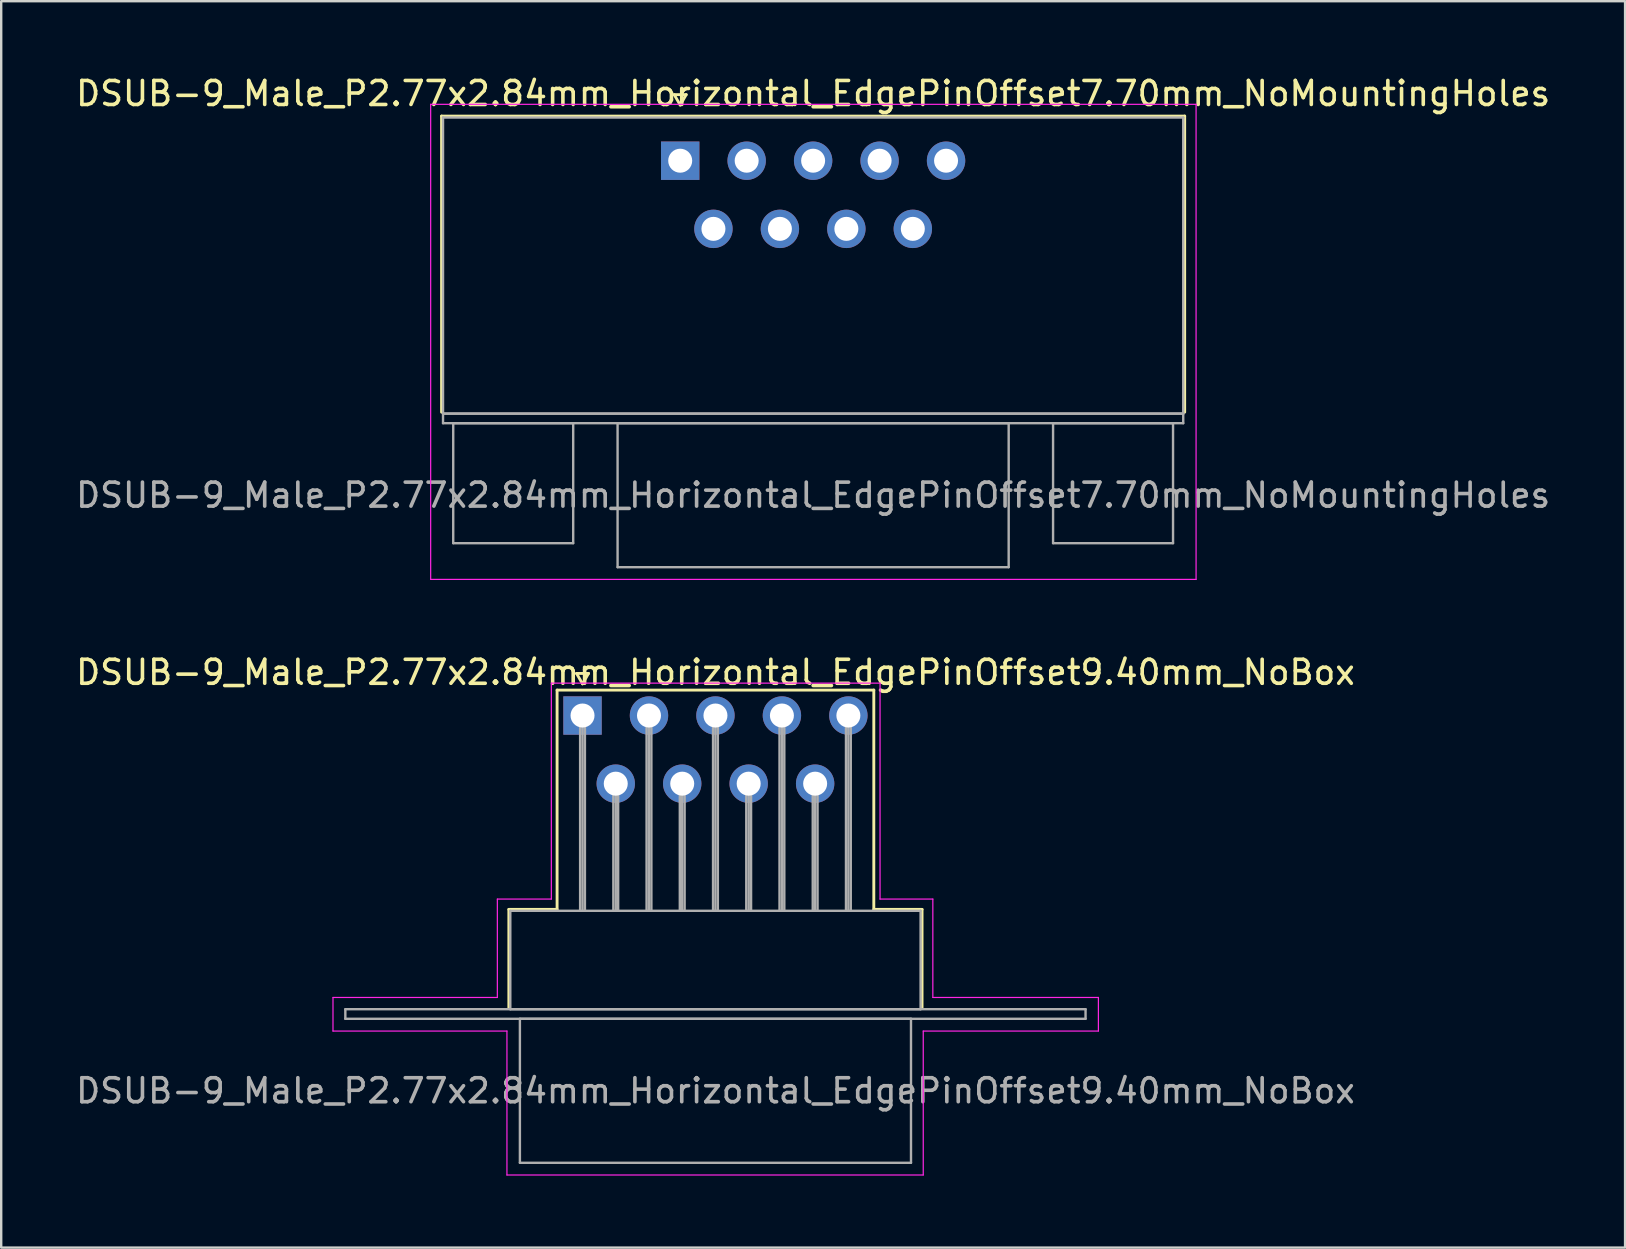
<source format=kicad_pcb>
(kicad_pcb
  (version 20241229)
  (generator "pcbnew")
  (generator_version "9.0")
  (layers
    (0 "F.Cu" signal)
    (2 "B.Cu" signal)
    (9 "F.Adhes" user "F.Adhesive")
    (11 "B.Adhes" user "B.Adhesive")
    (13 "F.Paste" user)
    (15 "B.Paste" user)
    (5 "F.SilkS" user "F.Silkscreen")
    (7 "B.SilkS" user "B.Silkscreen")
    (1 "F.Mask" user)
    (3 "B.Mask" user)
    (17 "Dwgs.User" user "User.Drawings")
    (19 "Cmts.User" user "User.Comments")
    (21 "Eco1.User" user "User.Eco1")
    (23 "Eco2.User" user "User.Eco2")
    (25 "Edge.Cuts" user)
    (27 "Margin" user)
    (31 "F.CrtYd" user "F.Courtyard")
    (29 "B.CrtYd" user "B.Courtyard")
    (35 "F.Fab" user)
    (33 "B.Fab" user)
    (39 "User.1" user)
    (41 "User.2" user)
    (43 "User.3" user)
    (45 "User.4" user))
  (footprint "DSUB-9_Male_P2.77x2.84mm_Horizontal_EdgePinOffset7.70mm_NoMountingHoles"
    (layer "F.Cu")
    (at 25.299 3.648)
    (property "Reference" "DSUB-9_Male_P2.77x2.84mm_Horizontal_EdgePinOffset7.70mm_NoMountingHoles" (at 5.54 -2.8 0) (layer "F.SilkS") (effects (font (size 1 1) (thickness 0.15))))
    (attr through_hole)
    (fp_line (start -9.945 -1.86) (end 21.025 -1.86) (stroke (width 0.12) (type solid)) (layer "F.SilkS"))
    (fp_line (start -9.945 10.48) (end -9.945 -1.86) (stroke (width 0.12) (type solid)) (layer "F.SilkS"))
    (fp_line (start -0.25 -2.754) (end 0.25 -2.754) (stroke (width 0.12) (type solid)) (layer "F.SilkS"))
    (fp_line (start 0 -2.321) (end -0.25 -2.754) (stroke (width 0.12) (type solid)) (layer "F.SilkS"))
    (fp_line (start 0.25 -2.754) (end 0 -2.321) (stroke (width 0.12) (type solid)) (layer "F.SilkS"))
    (fp_line (start 21.025 -1.86) (end 21.025 10.48) (stroke (width 0.12) (type solid)) (layer "F.SilkS"))
    (fp_line (start -10.4 -2.35) (end -10.4 17.45) (stroke (width 0.05) (type solid)) (layer "F.CrtYd"))
    (fp_line (start -10.4 17.45) (end 21.5 17.45) (stroke (width 0.05) (type solid)) (layer "F.CrtYd"))
    (fp_line (start 21.5 -2.35) (end -10.4 -2.35) (stroke (width 0.05) (type solid)) (layer "F.CrtYd"))
    (fp_line (start 21.5 17.45) (end 21.5 -2.35) (stroke (width 0.05) (type solid)) (layer "F.CrtYd"))
    (fp_line (start -9.885 -1.8) (end -9.885 10.54) (stroke (width 0.1) (type solid)) (layer "F.Fab"))
    (fp_line (start -9.885 10.54) (end -9.885 10.94) (stroke (width 0.1) (type solid)) (layer "F.Fab"))
    (fp_line (start -9.885 10.54) (end 20.965 10.54) (stroke (width 0.1) (type solid)) (layer "F.Fab"))
    (fp_line (start -9.885 10.94) (end 20.965 10.94) (stroke (width 0.1) (type solid)) (layer "F.Fab"))
    (fp_line (start -9.46 10.94) (end -9.46 15.94) (stroke (width 0.1) (type solid)) (layer "F.Fab"))
    (fp_line (start -9.46 15.94) (end -4.46 15.94) (stroke (width 0.1) (type solid)) (layer "F.Fab"))
    (fp_line (start -4.46 10.94) (end -9.46 10.94) (stroke (width 0.1) (type solid)) (layer "F.Fab"))
    (fp_line (start -4.46 15.94) (end -4.46 10.94) (stroke (width 0.1) (type solid)) (layer "F.Fab"))
    (fp_line (start -2.61 10.94) (end -2.61 16.94) (stroke (width 0.1) (type solid)) (layer "F.Fab"))
    (fp_line (start -2.61 16.94) (end 13.69 16.94) (stroke (width 0.1) (type solid)) (layer "F.Fab"))
    (fp_line (start 13.69 10.94) (end -2.61 10.94) (stroke (width 0.1) (type solid)) (layer "F.Fab"))
    (fp_line (start 13.69 16.94) (end 13.69 10.94) (stroke (width 0.1) (type solid)) (layer "F.Fab"))
    (fp_line (start 15.54 10.94) (end 15.54 15.94) (stroke (width 0.1) (type solid)) (layer "F.Fab"))
    (fp_line (start 15.54 15.94) (end 20.54 15.94) (stroke (width 0.1) (type solid)) (layer "F.Fab"))
    (fp_line (start 20.54 10.94) (end 15.54 10.94) (stroke (width 0.1) (type solid)) (layer "F.Fab"))
    (fp_line (start 20.54 15.94) (end 20.54 10.94) (stroke (width 0.1) (type solid)) (layer "F.Fab"))
    (fp_line (start 20.965 -1.8) (end -9.885 -1.8) (stroke (width 0.1) (type solid)) (layer "F.Fab"))
    (fp_line (start 20.965 10.54) (end -9.885 10.54) (stroke (width 0.1) (type solid)) (layer "F.Fab"))
    (fp_line (start 20.965 10.54) (end 20.965 -1.8) (stroke (width 0.1) (type solid)) (layer "F.Fab"))
    (fp_line (start 20.965 10.94) (end 20.965 10.54) (stroke (width 0.1) (type solid)) (layer "F.Fab"))
    (fp_text user "${REFERENCE}" (at 5.54 13.94 0) (layer "F.Fab") (effects (font (size 1 1) (thickness 0.15))))
    (pad "1" thru_hole rect (at 0 0) (size 1.6 1.6) (drill 1) (layers "*.Cu" "*.Mask"))
    (pad "2" thru_hole circle (at 2.77 0) (size 1.6 1.6) (drill 1) (layers "*.Cu" "*.Mask"))
    (pad "3" thru_hole circle (at 5.54 0) (size 1.6 1.6) (drill 1) (layers "*.Cu" "*.Mask"))
    (pad "4" thru_hole circle (at 8.31 0) (size 1.6 1.6) (drill 1) (layers "*.Cu" "*.Mask"))
    (pad "5" thru_hole circle (at 11.08 0) (size 1.6 1.6) (drill 1) (layers "*.Cu" "*.Mask"))
    (pad "6" thru_hole circle (at 1.385 2.84) (size 1.6 1.6) (drill 1) (layers "*.Cu" "*.Mask"))
    (pad "7" thru_hole circle (at 4.155 2.84) (size 1.6 1.6) (drill 1) (layers "*.Cu" "*.Mask"))
    (pad "8" thru_hole circle (at 6.925 2.84) (size 1.6 1.6) (drill 1) (layers "*.Cu" "*.Mask"))
    (pad "9" thru_hole circle (at 9.695 2.84) (size 1.6 1.6) (drill 1) (layers "*.Cu" "*.Mask")))
  (footprint "DSUB-9_Male_P2.77x2.84mm_Horizontal_EdgePinOffset9.40mm_NoBox"
    (layer "F.Cu")
    (at 21.228 26.771)
    (property "Reference" "DSUB-9_Male_P2.77x2.84mm_Horizontal_EdgePinOffset9.40mm_NoBox" (at 5.54 -1.8 0) (layer "F.SilkS") (effects (font (size 1 1) (thickness 0.15))))
    (attr through_hole)
    (fp_line (start -3.07 8.08) (end -1.06 8.08) (stroke (width 0.12) (type solid)) (layer "F.SilkS"))
    (fp_line (start -3.07 12.18) (end -3.07 8.08) (stroke (width 0.12) (type solid)) (layer "F.SilkS"))
    (fp_line (start -1.06 -1.06) (end 12.14 -1.06) (stroke (width 0.12) (type solid)) (layer "F.SilkS"))
    (fp_line (start -1.06 8.08) (end -1.06 -1.06) (stroke (width 0.12) (type solid)) (layer "F.SilkS"))
    (fp_line (start -0.25 -1.754) (end 0.25 -1.754) (stroke (width 0.12) (type solid)) (layer "F.SilkS"))
    (fp_line (start 0 -1.321) (end -0.25 -1.754) (stroke (width 0.12) (type solid)) (layer "F.SilkS"))
    (fp_line (start 0.25 -1.754) (end 0 -1.321) (stroke (width 0.12) (type solid)) (layer "F.SilkS"))
    (fp_line (start 12.14 -1.06) (end 12.14 8.08) (stroke (width 0.12) (type solid)) (layer "F.SilkS"))
    (fp_line (start 12.14 8.08) (end 14.15 8.08) (stroke (width 0.12) (type solid)) (layer "F.SilkS"))
    (fp_line (start 14.15 8.08) (end 14.15 12.18) (stroke (width 0.12) (type solid)) (layer "F.SilkS"))
    (fp_line (start -10.4 11.75) (end -3.55 11.75) (stroke (width 0.05) (type solid)) (layer "F.CrtYd"))
    (fp_line (start -10.4 13.15) (end -10.4 11.75) (stroke (width 0.05) (type solid)) (layer "F.CrtYd"))
    (fp_line (start -3.55 7.65) (end -1.3 7.65) (stroke (width 0.05) (type solid)) (layer "F.CrtYd"))
    (fp_line (start -3.55 11.75) (end -3.55 7.65) (stroke (width 0.05) (type solid)) (layer "F.CrtYd"))
    (fp_line (start -3.15 13.15) (end -10.4 13.15) (stroke (width 0.05) (type solid)) (layer "F.CrtYd"))
    (fp_line (start -3.15 19.15) (end -3.15 13.15) (stroke (width 0.05) (type solid)) (layer "F.CrtYd"))
    (fp_line (start -1.3 -1.35) (end 12.4 -1.35) (stroke (width 0.05) (type solid)) (layer "F.CrtYd"))
    (fp_line (start -1.3 7.65) (end -1.3 -1.35) (stroke (width 0.05) (type solid)) (layer "F.CrtYd"))
    (fp_line (start 12.4 -1.35) (end 12.4 7.65) (stroke (width 0.05) (type solid)) (layer "F.CrtYd"))
    (fp_line (start 12.4 7.65) (end 14.6 7.65) (stroke (width 0.05) (type solid)) (layer "F.CrtYd"))
    (fp_line (start 14.2 13.15) (end 14.2 19.15) (stroke (width 0.05) (type solid)) (layer "F.CrtYd"))
    (fp_line (start 14.2 19.15) (end -3.15 19.15) (stroke (width 0.05) (type solid)) (layer "F.CrtYd"))
    (fp_line (start 14.6 7.65) (end 14.6 11.75) (stroke (width 0.05) (type solid)) (layer "F.CrtYd"))
    (fp_line (start 14.6 11.75) (end 21.5 11.75) (stroke (width 0.05) (type solid)) (layer "F.CrtYd"))
    (fp_line (start 21.5 11.75) (end 21.5 13.15) (stroke (width 0.05) (type solid)) (layer "F.CrtYd"))
    (fp_line (start 21.5 13.15) (end 14.2 13.15) (stroke (width 0.05) (type solid)) (layer "F.CrtYd"))
    (fp_line (start -9.885 12.24) (end -9.885 12.64) (stroke (width 0.1) (type solid)) (layer "F.Fab"))
    (fp_line (start -9.885 12.64) (end 20.965 12.64) (stroke (width 0.1) (type solid)) (layer "F.Fab"))
    (fp_line (start -3.01 8.14) (end -3.01 12.24) (stroke (width 0.1) (type solid)) (layer "F.Fab"))
    (fp_line (start -3.01 12.24) (end 14.09 12.24) (stroke (width 0.1) (type solid)) (layer "F.Fab"))
    (fp_line (start -2.61 12.64) (end -2.61 18.64) (stroke (width 0.1) (type solid)) (layer "F.Fab"))
    (fp_line (start -2.61 18.64) (end 13.69 18.64) (stroke (width 0.1) (type solid)) (layer "F.Fab"))
    (fp_line (start -0.1 0) (end -0.1 8.14) (stroke (width 0.1) (type solid)) (layer "F.Fab"))
    (fp_line (start 0 0) (end 0 8.14) (stroke (width 0.1) (type solid)) (layer "F.Fab"))
    (fp_line (start 0.1 0) (end 0.1 8.14) (stroke (width 0.1) (type solid)) (layer "F.Fab"))
    (fp_line (start 1.285 2.84) (end 1.285 8.14) (stroke (width 0.1) (type solid)) (layer "F.Fab"))
    (fp_line (start 1.385 2.84) (end 1.385 8.14) (stroke (width 0.1) (type solid)) (layer "F.Fab"))
    (fp_line (start 1.485 2.84) (end 1.485 8.14) (stroke (width 0.1) (type solid)) (layer "F.Fab"))
    (fp_line (start 2.67 0) (end 2.67 8.14) (stroke (width 0.1) (type solid)) (layer "F.Fab"))
    (fp_line (start 2.77 0) (end 2.77 8.14) (stroke (width 0.1) (type solid)) (layer "F.Fab"))
    (fp_line (start 2.87 0) (end 2.87 8.14) (stroke (width 0.1) (type solid)) (layer "F.Fab"))
    (fp_line (start 4.055 2.84) (end 4.055 8.14) (stroke (width 0.1) (type solid)) (layer "F.Fab"))
    (fp_line (start 4.155 2.84) (end 4.155 8.14) (stroke (width 0.1) (type solid)) (layer "F.Fab"))
    (fp_line (start 4.255 2.84) (end 4.255 8.14) (stroke (width 0.1) (type solid)) (layer "F.Fab"))
    (fp_line (start 5.44 0) (end 5.44 8.14) (stroke (width 0.1) (type solid)) (layer "F.Fab"))
    (fp_line (start 5.54 0) (end 5.54 8.14) (stroke (width 0.1) (type solid)) (layer "F.Fab"))
    (fp_line (start 5.64 0) (end 5.64 8.14) (stroke (width 0.1) (type solid)) (layer "F.Fab"))
    (fp_line (start 6.825 2.84) (end 6.825 8.14) (stroke (width 0.1) (type solid)) (layer "F.Fab"))
    (fp_line (start 6.925 2.84) (end 6.925 8.14) (stroke (width 0.1) (type solid)) (layer "F.Fab"))
    (fp_line (start 7.025 2.84) (end 7.025 8.14) (stroke (width 0.1) (type solid)) (layer "F.Fab"))
    (fp_line (start 8.21 0) (end 8.21 8.14) (stroke (width 0.1) (type solid)) (layer "F.Fab"))
    (fp_line (start 8.31 0) (end 8.31 8.14) (stroke (width 0.1) (type solid)) (layer "F.Fab"))
    (fp_line (start 8.41 0) (end 8.41 8.14) (stroke (width 0.1) (type solid)) (layer "F.Fab"))
    (fp_line (start 9.595 2.84) (end 9.595 8.14) (stroke (width 0.1) (type solid)) (layer "F.Fab"))
    (fp_line (start 9.695 2.84) (end 9.695 8.14) (stroke (width 0.1) (type solid)) (layer "F.Fab"))
    (fp_line (start 9.795 2.84) (end 9.795 8.14) (stroke (width 0.1) (type solid)) (layer "F.Fab"))
    (fp_line (start 10.98 0) (end 10.98 8.14) (stroke (width 0.1) (type solid)) (layer "F.Fab"))
    (fp_line (start 11.08 0) (end 11.08 8.14) (stroke (width 0.1) (type solid)) (layer "F.Fab"))
    (fp_line (start 11.18 0) (end 11.18 8.14) (stroke (width 0.1) (type solid)) (layer "F.Fab"))
    (fp_line (start 13.69 12.64) (end -2.61 12.64) (stroke (width 0.1) (type solid)) (layer "F.Fab"))
    (fp_line (start 13.69 18.64) (end 13.69 12.64) (stroke (width 0.1) (type solid)) (layer "F.Fab"))
    (fp_line (start 14.09 8.14) (end -3.01 8.14) (stroke (width 0.1) (type solid)) (layer "F.Fab"))
    (fp_line (start 14.09 12.24) (end 14.09 8.14) (stroke (width 0.1) (type solid)) (layer "F.Fab"))
    (fp_line (start 20.965 12.24) (end -9.885 12.24) (stroke (width 0.1) (type solid)) (layer "F.Fab"))
    (fp_line (start 20.965 12.64) (end 20.965 12.24) (stroke (width 0.1) (type solid)) (layer "F.Fab"))
    (fp_text user "${REFERENCE}" (at 5.54 15.64 0) (layer "F.Fab") (effects (font (size 1 1) (thickness 0.15))))
    (pad "1" thru_hole rect (at 0 0) (size 1.6 1.6) (drill 1) (layers "*.Cu" "*.Mask"))
    (pad "2" thru_hole circle (at 2.77 0) (size 1.6 1.6) (drill 1) (layers "*.Cu" "*.Mask"))
    (pad "3" thru_hole circle (at 5.54 0) (size 1.6 1.6) (drill 1) (layers "*.Cu" "*.Mask"))
    (pad "4" thru_hole circle (at 8.31 0) (size 1.6 1.6) (drill 1) (layers "*.Cu" "*.Mask"))
    (pad "5" thru_hole circle (at 11.08 0) (size 1.6 1.6) (drill 1) (layers "*.Cu" "*.Mask"))
    (pad "6" thru_hole circle (at 1.385 2.84) (size 1.6 1.6) (drill 1) (layers "*.Cu" "*.Mask"))
    (pad "7" thru_hole circle (at 4.155 2.84) (size 1.6 1.6) (drill 1) (layers "*.Cu" "*.Mask"))
    (pad "8" thru_hole circle (at 6.925 2.84) (size 1.6 1.6) (drill 1) (layers "*.Cu" "*.Mask"))
    (pad "9" thru_hole circle (at 9.695 2.84) (size 1.6 1.6) (drill 1) (layers "*.Cu" "*.Mask")))
  (gr_rect
    (start -3 -3)
    (end 64.679 48.947)
    (stroke (width 0.1) (type default))
    (fill no)
    (layer "Edge.Cuts")))
</source>
